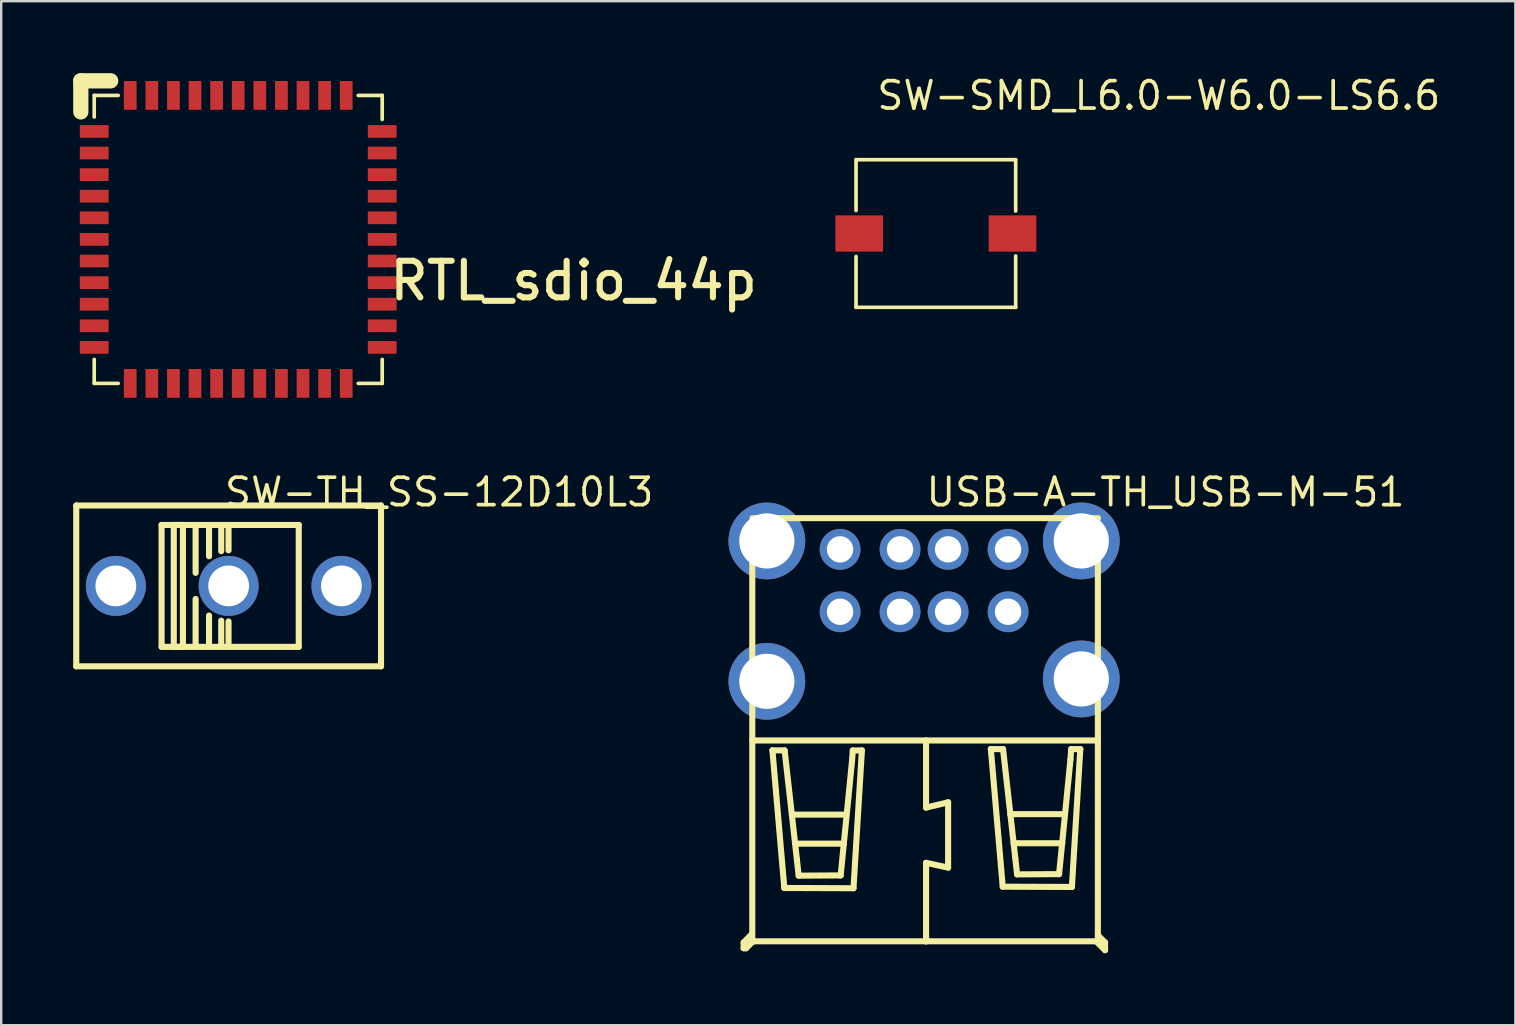
<source format=kicad_pcb>
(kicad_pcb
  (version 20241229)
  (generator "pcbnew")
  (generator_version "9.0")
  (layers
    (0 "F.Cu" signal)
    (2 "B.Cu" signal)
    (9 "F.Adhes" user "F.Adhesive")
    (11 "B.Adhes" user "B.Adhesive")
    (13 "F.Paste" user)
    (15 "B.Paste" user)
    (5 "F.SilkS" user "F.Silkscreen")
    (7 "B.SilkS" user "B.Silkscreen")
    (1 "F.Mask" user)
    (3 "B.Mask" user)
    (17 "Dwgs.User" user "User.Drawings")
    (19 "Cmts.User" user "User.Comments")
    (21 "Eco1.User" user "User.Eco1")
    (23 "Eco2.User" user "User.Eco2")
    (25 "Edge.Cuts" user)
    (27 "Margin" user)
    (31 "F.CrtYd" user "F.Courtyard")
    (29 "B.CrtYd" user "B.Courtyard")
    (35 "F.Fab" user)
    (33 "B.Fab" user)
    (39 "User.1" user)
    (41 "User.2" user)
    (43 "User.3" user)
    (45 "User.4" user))
  (footprint "USB-A-TH_USB-M-51"
    (layer "F.Cu")
    (at 35.455 22.415)
    (property "Reference" "USB-A-TH_USB-M-51" (at 0 -4.289 0) (unlocked yes) (layer "F.SilkS") (effects (font (size 1.143 1.143) (thickness 0.152)) (justify left bottom)))
    (fp_line (start -7.518 13.807) (end -7.168 13.447) (stroke (width 0.254) (type solid)) (layer "F.SilkS"))
    (fp_line (start -7.518 14.047) (end -7.518 13.807) (stroke (width 0.254) (type solid)) (layer "F.SilkS"))
    (fp_line (start -7.518 14.047) (end -7.418 14.047) (stroke (width 0.254) (type solid)) (layer "F.SilkS"))
    (fp_line (start -7.418 14.047) (end -7.128 13.757) (stroke (width 0.254) (type solid)) (layer "F.SilkS"))
    (fp_line (start -7.158 5.389) (end 7.242 5.389) (stroke (width 0.254) (type solid)) (layer "F.SilkS"))
    (fp_line (start -7.158 13.797) (end -7.158 -2.603) (stroke (width 0.254) (type solid)) (layer "F.SilkS"))
    (fp_line (start -7.153 -3.874) (end 7.247 -3.874) (stroke (width 0.254) (type solid)) (layer "F.SilkS"))
    (fp_line (start -7.128 13.757) (end 7.172 13.757) (stroke (width 0.254) (type solid)) (layer "F.SilkS"))
    (fp_line (start -6.319 5.801) (end -5.824 11.536) (stroke (width 0.254) (type solid)) (layer "F.SilkS"))
    (fp_line (start -6.319 5.801) (end -5.811 5.804) (stroke (width 0.254) (type solid)) (layer "F.SilkS"))
    (fp_line (start -5.824 11.536) (end -2.941 11.547) (stroke (width 0.254) (type solid)) (layer "F.SilkS"))
    (fp_line (start -5.811 5.804) (end -5.3 10.345) (stroke (width 0.254) (type solid)) (layer "F.SilkS"))
    (fp_line (start -5.509 8.48) (end -3.249 8.48) (stroke (width 0.254) (type solid)) (layer "F.SilkS"))
    (fp_line (start -5.369 9.69) (end -3.339 9.69) (stroke (width 0.254) (type solid)) (layer "F.SilkS"))
    (fp_line (start -5.3 10.345) (end -5.225 11.023) (stroke (width 0.254) (type solid)) (layer "F.SilkS"))
    (fp_line (start -5.225 11.023) (end -3.475 11.012) (stroke (width 0.254) (type solid)) (layer "F.SilkS"))
    (fp_line (start -3.475 11.012) (end -3.001 6.234) (stroke (width 0.254) (type solid)) (layer "F.SilkS"))
    (fp_line (start -3.001 6.234) (end -2.971 5.804) (stroke (width 0.254) (type solid)) (layer "F.SilkS"))
    (fp_line (start -2.971 5.804) (end -2.591 5.804) (stroke (width 0.254) (type solid)) (layer "F.SilkS"))
    (fp_line (start -2.941 11.547) (end -2.591 5.804) (stroke (width 0.254) (type solid)) (layer "F.SilkS"))
    (fp_line (start 0.082 5.387) (end 0.082 8.187) (stroke (width 0.254) (type solid)) (layer "F.SilkS"))
    (fp_line (start 0.082 8.187) (end 1.002 7.967) (stroke (width 0.254) (type solid)) (layer "F.SilkS"))
    (fp_line (start 0.083 10.487) (end 1.002 10.687) (stroke (width 0.254) (type solid)) (layer "F.SilkS"))
    (fp_line (start 0.083 13.768) (end 0.083 10.487) (stroke (width 0.254) (type solid)) (layer "F.SilkS"))
    (fp_line (start 1.002 10.687) (end 1.002 7.967) (stroke (width 0.254) (type solid)) (layer "F.SilkS"))
    (fp_line (start 2.782 5.747) (end 3.277 11.482) (stroke (width 0.254) (type solid)) (layer "F.SilkS"))
    (fp_line (start 2.782 5.747) (end 3.291 5.751) (stroke (width 0.254) (type solid)) (layer "F.SilkS"))
    (fp_line (start 3.277 11.482) (end 6.16 11.493) (stroke (width 0.254) (type solid)) (layer "F.SilkS"))
    (fp_line (start 3.291 5.751) (end 3.801 10.291) (stroke (width 0.254) (type solid)) (layer "F.SilkS"))
    (fp_line (start 3.59 8.46) (end 5.85 8.46) (stroke (width 0.254) (type solid)) (layer "F.SilkS"))
    (fp_line (start 3.73 9.671) (end 5.76 9.671) (stroke (width 0.254) (type solid)) (layer "F.SilkS"))
    (fp_line (start 3.801 10.291) (end 3.876 10.969) (stroke (width 0.254) (type solid)) (layer "F.SilkS"))
    (fp_line (start 3.876 10.969) (end 5.626 10.959) (stroke (width 0.254) (type solid)) (layer "F.SilkS"))
    (fp_line (start 5.626 10.959) (end 6.1 6.18) (stroke (width 0.254) (type solid)) (layer "F.SilkS"))
    (fp_line (start 6.1 6.18) (end 6.13 5.75) (stroke (width 0.254) (type solid)) (layer "F.SilkS"))
    (fp_line (start 6.13 5.75) (end 6.51 5.75) (stroke (width 0.254) (type solid)) (layer "F.SilkS"))
    (fp_line (start 6.16 11.493) (end 6.51 5.75) (stroke (width 0.254) (type solid)) (layer "F.SilkS"))
    (fp_line (start 7.172 13.757) (end 7.542 14.127) (stroke (width 0.254) (type solid)) (layer "F.SilkS"))
    (fp_line (start 7.242 13.507) (end 7.542 13.807) (stroke (width 0.254) (type solid)) (layer "F.SilkS"))
    (fp_line (start 7.242 13.807) (end 7.242 -2.593) (stroke (width 0.254) (type solid)) (layer "F.SilkS"))
    (fp_line (start 7.542 14.127) (end 7.542 13.807) (stroke (width 0.254) (type solid)) (layer "F.SilkS"))
    (pad "1" thru_hole circle (at -3.5 -2.574 270) (size 1.7 1.7) (drill 1.1) (layers "*.Cu" "*.Mask"))
    (pad "2" thru_hole circle (at -1.001 -2.574 270) (size 1.7 1.7) (drill 1.1) (layers "*.Cu" "*.Mask"))
    (pad "3" thru_hole circle (at 1.001 -2.574 270) (size 1.7 1.7) (drill 1.1) (layers "*.Cu" "*.Mask"))
    (pad "4" thru_hole circle (at 3.5 -2.574 270) (size 1.7 1.7) (drill 1.1) (layers "*.Cu" "*.Mask"))
    (pad "5" thru_hole circle (at -3.5 0.027 270) (size 1.7 1.7) (drill 1.1) (layers "*.Cu" "*.Mask"))
    (pad "6" thru_hole circle (at -1.001 0.027 270) (size 1.7 1.7) (drill 1.1) (layers "*.Cu" "*.Mask"))
    (pad "7" thru_hole circle (at 1.001 0.027 270) (size 1.7 1.7) (drill 1.1) (layers "*.Cu" "*.Mask"))
    (pad "8" thru_hole circle (at 3.5 0.027 270) (size 1.7 1.7) (drill 1.1) (layers "*.Cu" "*.Mask"))
    (pad "9" thru_hole circle (at -6.551 -2.925 90) (size 3.2 3.2) (drill 2.3) (layers "*.Cu" "*.Mask"))
    (pad "9" thru_hole circle (at -6.551 2.925 90) (size 3.2 3.2) (drill 2.3) (layers "*.Cu" "*.Mask"))
    (pad "9" thru_hole circle (at 6.551 -2.925 90) (size 3.2 3.2) (drill 2.3) (layers "*.Cu" "*.Mask"))
    (pad "9" thru_hole circle (at 6.551 2.826 90) (size 3.2 3.2) (drill 2.3) (layers "*.Cu" "*.Mask")))
  (footprint "SW-TH_SS-12D10L3"
    (layer "F.Cu")
    (at 6.477 21.364)
    (property "Reference" "SW-TH_SS-12D10L3" (at -0.254 -3.239 0) (unlocked yes) (layer "F.SilkS") (effects (font (size 1.143 1.143) (thickness 0.152)) (justify left bottom)))
    (fp_line (start -6.35 -3.35) (end 6.35 -3.35) (stroke (width 0.254) (type solid)) (layer "F.SilkS"))
    (fp_line (start -6.35 3.35) (end -6.35 -3.35) (stroke (width 0.254) (type solid)) (layer "F.SilkS"))
    (fp_line (start -6.35 3.35) (end 6.35 3.35) (stroke (width 0.254) (type solid)) (layer "F.SilkS"))
    (fp_line (start -2.794 -2.54) (end 2.921 -2.54) (stroke (width 0.254) (type solid)) (layer "F.SilkS"))
    (fp_line (start -2.794 2.54) (end -2.794 -2.54) (stroke (width 0.254) (type solid)) (layer "F.SilkS"))
    (fp_line (start -2.794 2.54) (end 2.921 2.54) (stroke (width 0.254) (type solid)) (layer "F.SilkS"))
    (fp_line (start -2.286 -2.54) (end -1.905 -2.54) (stroke (width 0.254) (type solid)) (layer "F.SilkS"))
    (fp_line (start -2.286 2.54) (end -2.286 -2.54) (stroke (width 0.254) (type solid)) (layer "F.SilkS"))
    (fp_line (start -2.286 2.54) (end -1.905 2.54) (stroke (width 0.254) (type solid)) (layer "F.SilkS"))
    (fp_line (start -1.905 2.54) (end -1.905 -2.54) (stroke (width 0.254) (type solid)) (layer "F.SilkS"))
    (fp_line (start -1.376 -0.544) (end -1.376 -2.54) (stroke (width 0.254) (type solid)) (layer "F.SilkS"))
    (fp_line (start -1.376 2.54) (end -1.376 0.544) (stroke (width 0.254) (type solid)) (layer "F.SilkS"))
    (fp_line (start -0.817 -1.235) (end -0.817 -2.54) (stroke (width 0.254) (type solid)) (layer "F.SilkS"))
    (fp_line (start -0.817 2.54) (end -0.817 1.235) (stroke (width 0.254) (type solid)) (layer "F.SilkS"))
    (fp_line (start -0.309 -1.448) (end -0.309 -2.54) (stroke (width 0.254) (type solid)) (layer "F.SilkS"))
    (fp_line (start -0.309 2.54) (end -0.309 1.448) (stroke (width 0.254) (type solid)) (layer "F.SilkS"))
    (fp_line (start -0.004 -1.481) (end -0.004 -2.54) (stroke (width 0.254) (type solid)) (layer "F.SilkS"))
    (fp_line (start -0.004 2.54) (end -0.004 1.481) (stroke (width 0.254) (type solid)) (layer "F.SilkS"))
    (fp_line (start 2.921 2.54) (end 2.921 -2.54) (stroke (width 0.254) (type solid)) (layer "F.SilkS"))
    (fp_line (start 6.35 3.35) (end 6.35 -3.35) (stroke (width 0.254) (type solid)) (layer "F.SilkS"))
    (pad "1" thru_hole circle (at -4.7 0) (size 2.5 2.5) (drill 1.7) (layers "*.Cu" "*.Mask"))
    (pad "2" thru_hole circle (at 0 0) (size 2.5 2.5) (drill 1.7) (layers "*.Cu" "*.Mask"))
    (pad "3" thru_hole circle (at 4.7 0) (size 2.5 2.5) (drill 1.7) (layers "*.Cu" "*.Mask")))
  (footprint "SW-SMD_L6.0-W6.0-LS6.6"
    (layer "F.Cu")
    (at 35.946 6.68)
    (property "Reference" "SW-SMD_L6.0-W6.0-LS6.6" (at -2.54 -5.08 0) (unlocked yes) (layer "F.SilkS") (effects (font (size 1.143 1.143) (thickness 0.152)) (justify left bottom)))
    (fp_line (start -3.326 -3.076) (end 3.326 -3.076) (stroke (width 0.152) (type solid)) (layer "F.SilkS"))
    (fp_line (start -3.326 -0.959) (end -3.326 -3.076) (stroke (width 0.152) (type solid)) (layer "F.SilkS"))
    (fp_line (start -3.326 3.076) (end -3.326 0.959) (stroke (width 0.152) (type solid)) (layer "F.SilkS"))
    (fp_line (start -3.326 3.076) (end 3.326 3.076) (stroke (width 0.152) (type solid)) (layer "F.SilkS"))
    (fp_line (start 3.326 -0.936) (end 3.326 -3.076) (stroke (width 0.152) (type solid)) (layer "F.SilkS"))
    (fp_line (start 3.326 3.076) (end 3.326 0.936) (stroke (width 0.152) (type solid)) (layer "F.SilkS"))
    (pad "1" smd rect (at -3.193 0) (size 1.985 1.512) (layers "F.Cu" "F.Mask" "F.Paste"))
    (pad "2" smd rect (at 3.192 0) (size 1.985 1.512) (layers "F.Cu" "F.Mask" "F.Paste")))
  (footprint "RTL_sdio_44p"
    (layer "F.Cu")
    (at 0.876 2.426)
    (property "Reference" "RTL_sdio_44p" (at 12.188 7.114 0) (unlocked yes) (layer "F.SilkS") (effects (font (size 1.524 1.524) (thickness 0.254)) (justify left bottom)))
    (fp_line (start -0.559 -2.108) (end 0.686 -2.108) (stroke (width 0.635) (type solid)) (layer "F.SilkS"))
    (fp_line (start -0.559 -0.813) (end -0.559 -2.108) (stroke (width 0.635) (type solid)) (layer "F.SilkS"))
    (fp_line (start 0 -1.5) (end 1 -1.5) (stroke (width 0.152) (type solid)) (layer "F.SilkS"))
    (fp_line (start 0 -0.6) (end 0 -1.5) (stroke (width 0.152) (type solid)) (layer "F.SilkS"))
    (fp_line (start 0 10.5) (end 0 9.5) (stroke (width 0.152) (type solid)) (layer "F.SilkS"))
    (fp_line (start 0 10.5) (end 1 10.5) (stroke (width 0.152) (type solid)) (layer "F.SilkS"))
    (fp_line (start 11 -1.5) (end 12 -1.5) (stroke (width 0.152) (type solid)) (layer "F.SilkS"))
    (fp_line (start 11 10.5) (end 12 10.5) (stroke (width 0.152) (type solid)) (layer "F.SilkS"))
    (fp_line (start 12 -0.5) (end 12 -1.5) (stroke (width 0.152) (type solid)) (layer "F.SilkS"))
    (fp_line (start 12 10.5) (end 12 9.5) (stroke (width 0.152) (type solid)) (layer "F.SilkS"))
    (pad "1" smd rect (at 0 0 90) (size 0.53 1.2) (layers "F.Cu" "F.Mask" "F.Paste"))
    (pad "2" smd rect (at 0 0.9 90) (size 0.53 1.2) (layers "F.Cu" "F.Mask" "F.Paste"))
    (pad "3" smd rect (at 0 1.8 90) (size 0.53 1.2) (layers "F.Cu" "F.Mask" "F.Paste"))
    (pad "4" smd rect (at 0 2.7 90) (size 0.53 1.2) (layers "F.Cu" "F.Mask" "F.Paste"))
    (pad "5" smd rect (at 0 3.6 90) (size 0.53 1.2) (layers "F.Cu" "F.Mask" "F.Paste"))
    (pad "6" smd rect (at 0 4.5 90) (size 0.53 1.2) (layers "F.Cu" "F.Mask" "F.Paste"))
    (pad "7" smd rect (at 0 5.4 90) (size 0.53 1.2) (layers "F.Cu" "F.Mask" "F.Paste"))
    (pad "8" smd rect (at 0 6.3 90) (size 0.53 1.2) (layers "F.Cu" "F.Mask" "F.Paste"))
    (pad "9" smd rect (at 0 7.2 90) (size 0.53 1.2) (layers "F.Cu" "F.Mask" "F.Paste"))
    (pad "10" smd rect (at 0 8.1 90) (size 0.53 1.2) (layers "F.Cu" "F.Mask" "F.Paste"))
    (pad "11" smd rect (at 0 9 90) (size 0.53 1.2) (layers "F.Cu" "F.Mask" "F.Paste"))
    (pad "12" smd rect (at 1.5 10.5 180) (size 0.53 1.2) (layers "F.Cu" "F.Mask" "F.Paste"))
    (pad "13" smd rect (at 2.4 10.5 180) (size 0.53 1.2) (layers "F.Cu" "F.Mask" "F.Paste"))
    (pad "14" smd rect (at 3.3 10.5 180) (size 0.53 1.2) (layers "F.Cu" "F.Mask" "F.Paste"))
    (pad "15" smd rect (at 4.2 10.5 180) (size 0.53 1.2) (layers "F.Cu" "F.Mask" "F.Paste"))
    (pad "16" smd rect (at 5.1 10.5 180) (size 0.53 1.2) (layers "F.Cu" "F.Mask" "F.Paste"))
    (pad "17" smd rect (at 6 10.5 180) (size 0.53 1.2) (layers "F.Cu" "F.Mask" "F.Paste"))
    (pad "18" smd rect (at 6.9 10.5 180) (size 0.53 1.2) (layers "F.Cu" "F.Mask" "F.Paste"))
    (pad "19" smd rect (at 7.8 10.5 180) (size 0.53 1.2) (layers "F.Cu" "F.Mask" "F.Paste"))
    (pad "20" smd rect (at 8.7 10.5 180) (size 0.53 1.2) (layers "F.Cu" "F.Mask" "F.Paste"))
    (pad "21" smd rect (at 9.6 10.5 180) (size 0.53 1.2) (layers "F.Cu" "F.Mask" "F.Paste"))
    (pad "22" smd rect (at 10.5 10.5 180) (size 0.53 1.2) (layers "F.Cu" "F.Mask" "F.Paste"))
    (pad "23" smd rect (at 12 9 270) (size 0.53 1.2) (layers "F.Cu" "F.Mask" "F.Paste"))
    (pad "24" smd rect (at 12 8.1 270) (size 0.53 1.2) (layers "F.Cu" "F.Mask" "F.Paste"))
    (pad "25" smd rect (at 12 7.2 270) (size 0.53 1.2) (layers "F.Cu" "F.Mask" "F.Paste"))
    (pad "26" smd rect (at 12 6.3 270) (size 0.53 1.2) (layers "F.Cu" "F.Mask" "F.Paste"))
    (pad "27" smd rect (at 12 5.4 270) (size 0.53 1.2) (layers "F.Cu" "F.Mask" "F.Paste"))
    (pad "28" smd rect (at 12 4.5 270) (size 0.53 1.2) (layers "F.Cu" "F.Mask" "F.Paste"))
    (pad "29" smd rect (at 12 3.6 270) (size 0.53 1.2) (layers "F.Cu" "F.Mask" "F.Paste"))
    (pad "30" smd rect (at 12 2.7 270) (size 0.53 1.2) (layers "F.Cu" "F.Mask" "F.Paste"))
    (pad "31" smd rect (at 12 1.8 270) (size 0.53 1.2) (layers "F.Cu" "F.Mask" "F.Paste"))
    (pad "32" smd rect (at 12 0.9 270) (size 0.53 1.2) (layers "F.Cu" "F.Mask" "F.Paste"))
    (pad "33" smd rect (at 12 0 270) (size 0.53 1.2) (layers "F.Cu" "F.Mask" "F.Paste"))
    (pad "34" smd rect (at 10.5 -1.5) (size 0.53 1.2) (layers "F.Cu" "F.Mask" "F.Paste"))
    (pad "35" smd rect (at 9.6 -1.5) (size 0.53 1.2) (layers "F.Cu" "F.Mask" "F.Paste"))
    (pad "36" smd rect (at 8.7 -1.5) (size 0.53 1.2) (layers "F.Cu" "F.Mask" "F.Paste"))
    (pad "37" smd rect (at 7.8 -1.5) (size 0.53 1.2) (layers "F.Cu" "F.Mask" "F.Paste"))
    (pad "38" smd rect (at 6.9 -1.5) (size 0.53 1.2) (layers "F.Cu" "F.Mask" "F.Paste"))
    (pad "39" smd rect (at 6 -1.5) (size 0.53 1.2) (layers "F.Cu" "F.Mask" "F.Paste"))
    (pad "40" smd rect (at 5.1 -1.5) (size 0.53 1.2) (layers "F.Cu" "F.Mask" "F.Paste"))
    (pad "41" smd rect (at 4.2 -1.5) (size 0.53 1.2) (layers "F.Cu" "F.Mask" "F.Paste"))
    (pad "42" smd rect (at 3.3 -1.5) (size 0.53 1.2) (layers "F.Cu" "F.Mask" "F.Paste"))
    (pad "43" smd rect (at 2.4 -1.5) (size 0.53 1.2) (layers "F.Cu" "F.Mask" "F.Paste"))
    (pad "44" smd rect (at 1.5 -1.5) (size 0.53 1.2) (layers "F.Cu" "F.Mask" "F.Paste")))
  (gr_rect
    (start -3 -3)
    (end 60.093 39.669)
    (stroke (width 0.1) (type default))
    (fill no)
    (layer "Edge.Cuts")))
</source>
